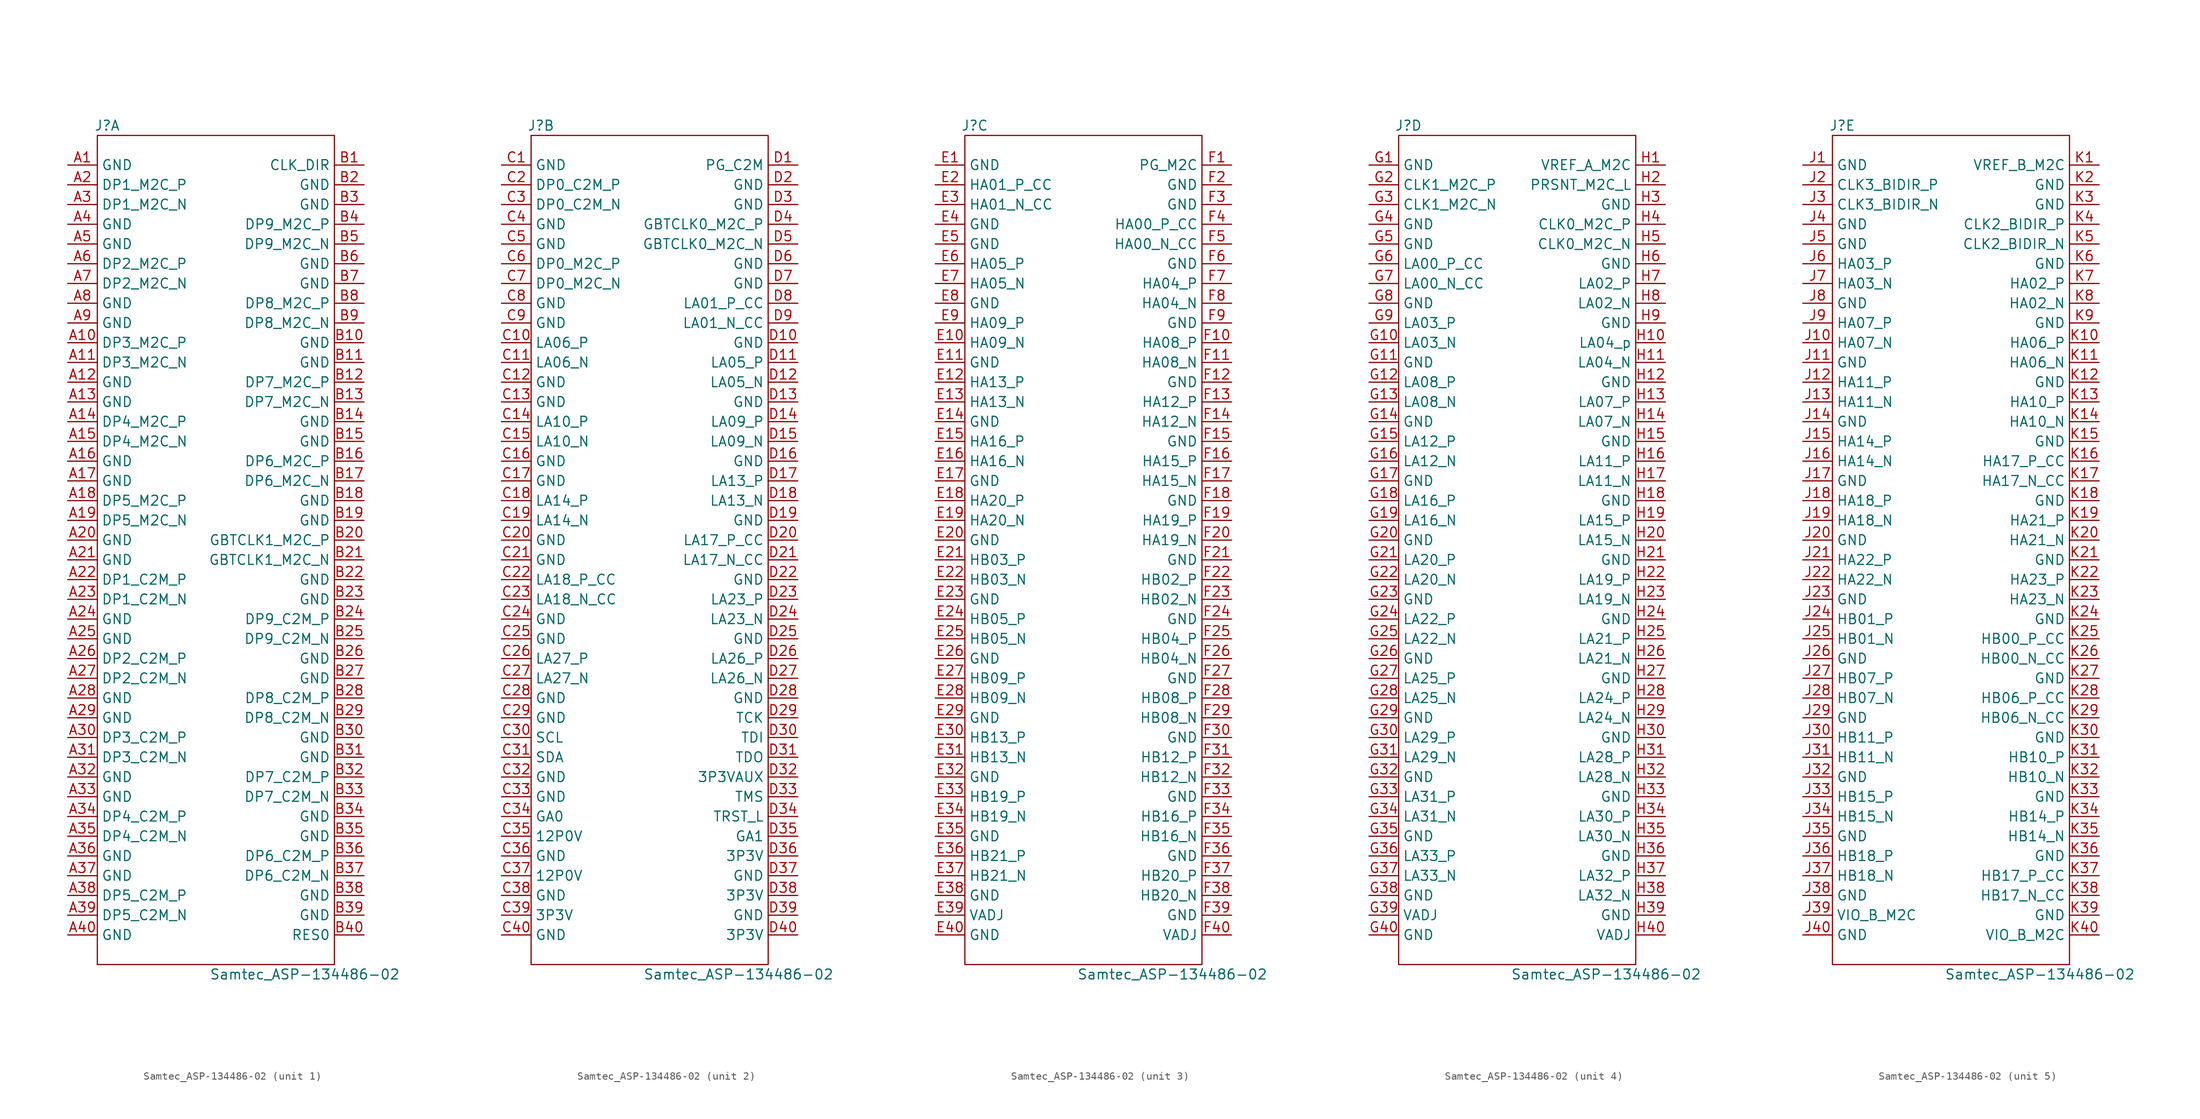
<source format=kicad_sym>
(kicad_symbol_lib
  (version 20211014)
  (generator kicad_symbol_editor)
  (symbol "Samtec_ASP-134486-02"
    (property "Reference" "J"
      (at -13.97 54.61 0)
      (effects (font (size 1.27 1.27))))
    (property "Value" "Samtec_ASP-134486-02"
      (at 11.43 -54.61 0)
      (effects (font (size 1.27 1.27))))
    (property "ki_locked" ""
      (at 0 0 0)
      (effects (font (size 1.27 1.27))))
    (symbol "Samtec_ASP-134486-02_0_1"
      (rectangle (start -15.24 53.34) (end 15.24 -53.34) (stroke (width 0) (type default) (color 0 0 0 0)) (fill (type none))))
    (symbol "Samtec_ASP-134486-02_1_1"
      (pin passive line (at -19.05 49.53 0) (length 3.81) (name "GND" (effects (font (size 1.27 1.27)))) (number "A1" (effects (font (size 1.27 1.27)))))
      (pin passive line (at -19.05 26.67 0) (length 3.81) (name "DP3_M2C_P" (effects (font (size 1.27 1.27)))) (number "A10" (effects (font (size 1.27 1.27)))))
      (pin passive line (at -19.05 24.13 0) (length 3.81) (name "DP3_M2C_N" (effects (font (size 1.27 1.27)))) (number "A11" (effects (font (size 1.27 1.27)))))
      (pin passive line (at -19.05 21.59 0) (length 3.81) (name "GND" (effects (font (size 1.27 1.27)))) (number "A12" (effects (font (size 1.27 1.27)))))
      (pin passive line (at -19.05 19.05 0) (length 3.81) (name "GND" (effects (font (size 1.27 1.27)))) (number "A13" (effects (font (size 1.27 1.27)))))
      (pin passive line (at -19.05 16.51 0) (length 3.81) (name "DP4_M2C_P" (effects (font (size 1.27 1.27)))) (number "A14" (effects (font (size 1.27 1.27)))))
      (pin passive line (at -19.05 13.97 0) (length 3.81) (name "DP4_M2C_N" (effects (font (size 1.27 1.27)))) (number "A15" (effects (font (size 1.27 1.27)))))
      (pin passive line (at -19.05 11.43 0) (length 3.81) (name "GND" (effects (font (size 1.27 1.27)))) (number "A16" (effects (font (size 1.27 1.27)))))
      (pin passive line (at -19.05 8.89 0) (length 3.81) (name "GND" (effects (font (size 1.27 1.27)))) (number "A17" (effects (font (size 1.27 1.27)))))
      (pin passive line (at -19.05 6.35 0) (length 3.81) (name "DP5_M2C_P" (effects (font (size 1.27 1.27)))) (number "A18" (effects (font (size 1.27 1.27)))))
      (pin passive line (at -19.05 3.81 0) (length 3.81) (name "DP5_M2C_N" (effects (font (size 1.27 1.27)))) (number "A19" (effects (font (size 1.27 1.27)))))
      (pin passive line (at -19.05 46.99 0) (length 3.81) (name "DP1_M2C_P" (effects (font (size 1.27 1.27)))) (number "A2" (effects (font (size 1.27 1.27)))))
      (pin passive line (at -19.05 1.27 0) (length 3.81) (name "GND" (effects (font (size 1.27 1.27)))) (number "A20" (effects (font (size 1.27 1.27)))))
      (pin passive line (at -19.05 -1.27 0) (length 3.81) (name "GND" (effects (font (size 1.27 1.27)))) (number "A21" (effects (font (size 1.27 1.27)))))
      (pin passive line (at -19.05 -3.81 0) (length 3.81) (name "DP1_C2M_P" (effects (font (size 1.27 1.27)))) (number "A22" (effects (font (size 1.27 1.27)))))
      (pin passive line (at -19.05 -6.35 0) (length 3.81) (name "DP1_C2M_N" (effects (font (size 1.27 1.27)))) (number "A23" (effects (font (size 1.27 1.27)))))
      (pin passive line (at -19.05 -8.89 0) (length 3.81) (name "GND" (effects (font (size 1.27 1.27)))) (number "A24" (effects (font (size 1.27 1.27)))))
      (pin passive line (at -19.05 -11.43 0) (length 3.81) (name "GND" (effects (font (size 1.27 1.27)))) (number "A25" (effects (font (size 1.27 1.27)))))
      (pin passive line (at -19.05 -13.97 0) (length 3.81) (name "DP2_C2M_P" (effects (font (size 1.27 1.27)))) (number "A26" (effects (font (size 1.27 1.27)))))
      (pin passive line (at -19.05 -16.51 0) (length 3.81) (name "DP2_C2M_N" (effects (font (size 1.27 1.27)))) (number "A27" (effects (font (size 1.27 1.27)))))
      (pin passive line (at -19.05 -19.05 0) (length 3.81) (name "GND" (effects (font (size 1.27 1.27)))) (number "A28" (effects (font (size 1.27 1.27)))))
      (pin passive line (at -19.05 -21.59 0) (length 3.81) (name "GND" (effects (font (size 1.27 1.27)))) (number "A29" (effects (font (size 1.27 1.27)))))
      (pin passive line (at -19.05 44.45 0) (length 3.81) (name "DP1_M2C_N" (effects (font (size 1.27 1.27)))) (number "A3" (effects (font (size 1.27 1.27)))))
      (pin passive line (at -19.05 -24.13 0) (length 3.81) (name "DP3_C2M_P" (effects (font (size 1.27 1.27)))) (number "A30" (effects (font (size 1.27 1.27)))))
      (pin passive line (at -19.05 -26.67 0) (length 3.81) (name "DP3_C2M_N" (effects (font (size 1.27 1.27)))) (number "A31" (effects (font (size 1.27 1.27)))))
      (pin passive line (at -19.05 -29.21 0) (length 3.81) (name "GND" (effects (font (size 1.27 1.27)))) (number "A32" (effects (font (size 1.27 1.27)))))
      (pin passive line (at -19.05 -31.75 0) (length 3.81) (name "GND" (effects (font (size 1.27 1.27)))) (number "A33" (effects (font (size 1.27 1.27)))))
      (pin passive line (at -19.05 -34.29 0) (length 3.81) (name "DP4_C2M_P" (effects (font (size 1.27 1.27)))) (number "A34" (effects (font (size 1.27 1.27)))))
      (pin passive line (at -19.05 -36.83 0) (length 3.81) (name "DP4_C2M_N" (effects (font (size 1.27 1.27)))) (number "A35" (effects (font (size 1.27 1.27)))))
      (pin passive line (at -19.05 -39.37 0) (length 3.81) (name "GND" (effects (font (size 1.27 1.27)))) (number "A36" (effects (font (size 1.27 1.27)))))
      (pin passive line (at -19.05 -41.91 0) (length 3.81) (name "GND" (effects (font (size 1.27 1.27)))) (number "A37" (effects (font (size 1.27 1.27)))))
      (pin passive line (at -19.05 -44.45 0) (length 3.81) (name "DP5_C2M_P" (effects (font (size 1.27 1.27)))) (number "A38" (effects (font (size 1.27 1.27)))))
      (pin passive line (at -19.05 -46.99 0) (length 3.81) (name "DP5_C2M_N" (effects (font (size 1.27 1.27)))) (number "A39" (effects (font (size 1.27 1.27)))))
      (pin passive line (at -19.05 41.91 0) (length 3.81) (name "GND" (effects (font (size 1.27 1.27)))) (number "A4" (effects (font (size 1.27 1.27)))))
      (pin passive line (at -19.05 -49.53 0) (length 3.81) (name "GND" (effects (font (size 1.27 1.27)))) (number "A40" (effects (font (size 1.27 1.27)))))
      (pin passive line (at -19.05 39.37 0) (length 3.81) (name "GND" (effects (font (size 1.27 1.27)))) (number "A5" (effects (font (size 1.27 1.27)))))
      (pin passive line (at -19.05 36.83 0) (length 3.81) (name "DP2_M2C_P" (effects (font (size 1.27 1.27)))) (number "A6" (effects (font (size 1.27 1.27)))))
      (pin passive line (at -19.05 34.29 0) (length 3.81) (name "DP2_M2C_N" (effects (font (size 1.27 1.27)))) (number "A7" (effects (font (size 1.27 1.27)))))
      (pin passive line (at -19.05 31.75 0) (length 3.81) (name "GND" (effects (font (size 1.27 1.27)))) (number "A8" (effects (font (size 1.27 1.27)))))
      (pin passive line (at -19.05 29.21 0) (length 3.81) (name "GND" (effects (font (size 1.27 1.27)))) (number "A9" (effects (font (size 1.27 1.27)))))
      (pin passive line (at 19.05 49.53 180) (length 3.81) (name "CLK_DIR" (effects (font (size 1.27 1.27)))) (number "B1" (effects (font (size 1.27 1.27)))))
      (pin passive line (at 19.05 26.67 180) (length 3.81) (name "GND" (effects (font (size 1.27 1.27)))) (number "B10" (effects (font (size 1.27 1.27)))))
      (pin passive line (at 19.05 24.13 180) (length 3.81) (name "GND" (effects (font (size 1.27 1.27)))) (number "B11" (effects (font (size 1.27 1.27)))))
      (pin passive line (at 19.05 21.59 180) (length 3.81) (name "DP7_M2C_P" (effects (font (size 1.27 1.27)))) (number "B12" (effects (font (size 1.27 1.27)))))
      (pin passive line (at 19.05 19.05 180) (length 3.81) (name "DP7_M2C_N" (effects (font (size 1.27 1.27)))) (number "B13" (effects (font (size 1.27 1.27)))))
      (pin passive line (at 19.05 16.51 180) (length 3.81) (name "GND" (effects (font (size 1.27 1.27)))) (number "B14" (effects (font (size 1.27 1.27)))))
      (pin passive line (at 19.05 13.97 180) (length 3.81) (name "GND" (effects (font (size 1.27 1.27)))) (number "B15" (effects (font (size 1.27 1.27)))))
      (pin passive line (at 19.05 11.43 180) (length 3.81) (name "DP6_M2C_P" (effects (font (size 1.27 1.27)))) (number "B16" (effects (font (size 1.27 1.27)))))
      (pin passive line (at 19.05 8.89 180) (length 3.81) (name "DP6_M2C_N" (effects (font (size 1.27 1.27)))) (number "B17" (effects (font (size 1.27 1.27)))))
      (pin passive line (at 19.05 6.35 180) (length 3.81) (name "GND" (effects (font (size 1.27 1.27)))) (number "B18" (effects (font (size 1.27 1.27)))))
      (pin passive line (at 19.05 3.81 180) (length 3.81) (name "GND" (effects (font (size 1.27 1.27)))) (number "B19" (effects (font (size 1.27 1.27)))))
      (pin passive line (at 19.05 46.99 180) (length 3.81) (name "GND" (effects (font (size 1.27 1.27)))) (number "B2" (effects (font (size 1.27 1.27)))))
      (pin passive line (at 19.05 1.27 180) (length 3.81) (name "GBTCLK1_M2C_P" (effects (font (size 1.27 1.27)))) (number "B20" (effects (font (size 1.27 1.27)))))
      (pin passive line (at 19.05 -1.27 180) (length 3.81) (name "GBTCLK1_M2C_N" (effects (font (size 1.27 1.27)))) (number "B21" (effects (font (size 1.27 1.27)))))
      (pin passive line (at 19.05 -3.81 180) (length 3.81) (name "GND" (effects (font (size 1.27 1.27)))) (number "B22" (effects (font (size 1.27 1.27)))))
      (pin passive line (at 19.05 -6.35 180) (length 3.81) (name "GND" (effects (font (size 1.27 1.27)))) (number "B23" (effects (font (size 1.27 1.27)))))
      (pin passive line (at 19.05 -8.89 180) (length 3.81) (name "DP9_C2M_P" (effects (font (size 1.27 1.27)))) (number "B24" (effects (font (size 1.27 1.27)))))
      (pin passive line (at 19.05 -11.43 180) (length 3.81) (name "DP9_C2M_N" (effects (font (size 1.27 1.27)))) (number "B25" (effects (font (size 1.27 1.27)))))
      (pin passive line (at 19.05 -13.97 180) (length 3.81) (name "GND" (effects (font (size 1.27 1.27)))) (number "B26" (effects (font (size 1.27 1.27)))))
      (pin passive line (at 19.05 -16.51 180) (length 3.81) (name "GND" (effects (font (size 1.27 1.27)))) (number "B27" (effects (font (size 1.27 1.27)))))
      (pin passive line (at 19.05 -19.05 180) (length 3.81) (name "DP8_C2M_P" (effects (font (size 1.27 1.27)))) (number "B28" (effects (font (size 1.27 1.27)))))
      (pin passive line (at 19.05 -21.59 180) (length 3.81) (name "DP8_C2M_N" (effects (font (size 1.27 1.27)))) (number "B29" (effects (font (size 1.27 1.27)))))
      (pin passive line (at 19.05 44.45 180) (length 3.81) (name "GND" (effects (font (size 1.27 1.27)))) (number "B3" (effects (font (size 1.27 1.27)))))
      (pin passive line (at 19.05 -24.13 180) (length 3.81) (name "GND" (effects (font (size 1.27 1.27)))) (number "B30" (effects (font (size 1.27 1.27)))))
      (pin passive line (at 19.05 -26.67 180) (length 3.81) (name "GND" (effects (font (size 1.27 1.27)))) (number "B31" (effects (font (size 1.27 1.27)))))
      (pin passive line (at 19.05 -29.21 180) (length 3.81) (name "DP7_C2M_P" (effects (font (size 1.27 1.27)))) (number "B32" (effects (font (size 1.27 1.27)))))
      (pin passive line (at 19.05 -31.75 180) (length 3.81) (name "DP7_C2M_N" (effects (font (size 1.27 1.27)))) (number "B33" (effects (font (size 1.27 1.27)))))
      (pin passive line (at 19.05 -34.29 180) (length 3.81) (name "GND" (effects (font (size 1.27 1.27)))) (number "B34" (effects (font (size 1.27 1.27)))))
      (pin passive line (at 19.05 -36.83 180) (length 3.81) (name "GND" (effects (font (size 1.27 1.27)))) (number "B35" (effects (font (size 1.27 1.27)))))
      (pin passive line (at 19.05 -39.37 180) (length 3.81) (name "DP6_C2M_P" (effects (font (size 1.27 1.27)))) (number "B36" (effects (font (size 1.27 1.27)))))
      (pin passive line (at 19.05 -41.91 180) (length 3.81) (name "DP6_C2M_N" (effects (font (size 1.27 1.27)))) (number "B37" (effects (font (size 1.27 1.27)))))
      (pin passive line (at 19.05 -44.45 180) (length 3.81) (name "GND" (effects (font (size 1.27 1.27)))) (number "B38" (effects (font (size 1.27 1.27)))))
      (pin passive line (at 19.05 -46.99 180) (length 3.81) (name "GND" (effects (font (size 1.27 1.27)))) (number "B39" (effects (font (size 1.27 1.27)))))
      (pin passive line (at 19.05 41.91 180) (length 3.81) (name "DP9_M2C_P" (effects (font (size 1.27 1.27)))) (number "B4" (effects (font (size 1.27 1.27)))))
      (pin passive line (at 19.05 -49.53 180) (length 3.81) (name "RES0" (effects (font (size 1.27 1.27)))) (number "B40" (effects (font (size 1.27 1.27)))))
      (pin passive line (at 19.05 39.37 180) (length 3.81) (name "DP9_M2C_N" (effects (font (size 1.27 1.27)))) (number "B5" (effects (font (size 1.27 1.27)))))
      (pin passive line (at 19.05 36.83 180) (length 3.81) (name "GND" (effects (font (size 1.27 1.27)))) (number "B6" (effects (font (size 1.27 1.27)))))
      (pin passive line (at 19.05 34.29 180) (length 3.81) (name "GND" (effects (font (size 1.27 1.27)))) (number "B7" (effects (font (size 1.27 1.27)))))
      (pin passive line (at 19.05 31.75 180) (length 3.81) (name "DP8_M2C_P" (effects (font (size 1.27 1.27)))) (number "B8" (effects (font (size 1.27 1.27)))))
      (pin passive line (at 19.05 29.21 180) (length 3.81) (name "DP8_M2C_N" (effects (font (size 1.27 1.27)))) (number "B9" (effects (font (size 1.27 1.27))))))
    (symbol "Samtec_ASP-134486-02_2_1"
      (pin passive line (at -19.05 49.53 0) (length 3.81) (name "GND" (effects (font (size 1.27 1.27)))) (number "C1" (effects (font (size 1.27 1.27)))))
      (pin passive line (at -19.05 26.67 0) (length 3.81) (name "LA06_P" (effects (font (size 1.27 1.27)))) (number "C10" (effects (font (size 1.27 1.27)))))
      (pin passive line (at -19.05 24.13 0) (length 3.81) (name "LA06_N" (effects (font (size 1.27 1.27)))) (number "C11" (effects (font (size 1.27 1.27)))))
      (pin passive line (at -19.05 21.59 0) (length 3.81) (name "GND" (effects (font (size 1.27 1.27)))) (number "C12" (effects (font (size 1.27 1.27)))))
      (pin passive line (at -19.05 19.05 0) (length 3.81) (name "GND" (effects (font (size 1.27 1.27)))) (number "C13" (effects (font (size 1.27 1.27)))))
      (pin passive line (at -19.05 16.51 0) (length 3.81) (name "LA10_P" (effects (font (size 1.27 1.27)))) (number "C14" (effects (font (size 1.27 1.27)))))
      (pin passive line (at -19.05 13.97 0) (length 3.81) (name "LA10_N" (effects (font (size 1.27 1.27)))) (number "C15" (effects (font (size 1.27 1.27)))))
      (pin passive line (at -19.05 11.43 0) (length 3.81) (name "GND" (effects (font (size 1.27 1.27)))) (number "C16" (effects (font (size 1.27 1.27)))))
      (pin passive line (at -19.05 8.89 0) (length 3.81) (name "GND" (effects (font (size 1.27 1.27)))) (number "C17" (effects (font (size 1.27 1.27)))))
      (pin passive line (at -19.05 6.35 0) (length 3.81) (name "LA14_P" (effects (font (size 1.27 1.27)))) (number "C18" (effects (font (size 1.27 1.27)))))
      (pin passive line (at -19.05 3.81 0) (length 3.81) (name "LA14_N" (effects (font (size 1.27 1.27)))) (number "C19" (effects (font (size 1.27 1.27)))))
      (pin passive line (at -19.05 46.99 0) (length 3.81) (name "DP0_C2M_P" (effects (font (size 1.27 1.27)))) (number "C2" (effects (font (size 1.27 1.27)))))
      (pin passive line (at -19.05 1.27 0) (length 3.81) (name "GND" (effects (font (size 1.27 1.27)))) (number "C20" (effects (font (size 1.27 1.27)))))
      (pin passive line (at -19.05 -1.27 0) (length 3.81) (name "GND" (effects (font (size 1.27 1.27)))) (number "C21" (effects (font (size 1.27 1.27)))))
      (pin passive line (at -19.05 -3.81 0) (length 3.81) (name "LA18_P_CC" (effects (font (size 1.27 1.27)))) (number "C22" (effects (font (size 1.27 1.27)))))
      (pin passive line (at -19.05 -6.35 0) (length 3.81) (name "LA18_N_CC" (effects (font (size 1.27 1.27)))) (number "C23" (effects (font (size 1.27 1.27)))))
      (pin passive line (at -19.05 -8.89 0) (length 3.81) (name "GND" (effects (font (size 1.27 1.27)))) (number "C24" (effects (font (size 1.27 1.27)))))
      (pin passive line (at -19.05 -11.43 0) (length 3.81) (name "GND" (effects (font (size 1.27 1.27)))) (number "C25" (effects (font (size 1.27 1.27)))))
      (pin passive line (at -19.05 -13.97 0) (length 3.81) (name "LA27_P" (effects (font (size 1.27 1.27)))) (number "C26" (effects (font (size 1.27 1.27)))))
      (pin passive line (at -19.05 -16.51 0) (length 3.81) (name "LA27_N" (effects (font (size 1.27 1.27)))) (number "C27" (effects (font (size 1.27 1.27)))))
      (pin passive line (at -19.05 -19.05 0) (length 3.81) (name "GND" (effects (font (size 1.27 1.27)))) (number "C28" (effects (font (size 1.27 1.27)))))
      (pin passive line (at -19.05 -21.59 0) (length 3.81) (name "GND" (effects (font (size 1.27 1.27)))) (number "C29" (effects (font (size 1.27 1.27)))))
      (pin passive line (at -19.05 44.45 0) (length 3.81) (name "DP0_C2M_N" (effects (font (size 1.27 1.27)))) (number "C3" (effects (font (size 1.27 1.27)))))
      (pin passive line (at -19.05 -24.13 0) (length 3.81) (name "SCL" (effects (font (size 1.27 1.27)))) (number "C30" (effects (font (size 1.27 1.27)))))
      (pin passive line (at -19.05 -26.67 0) (length 3.81) (name "SDA" (effects (font (size 1.27 1.27)))) (number "C31" (effects (font (size 1.27 1.27)))))
      (pin passive line (at -19.05 -29.21 0) (length 3.81) (name "GND" (effects (font (size 1.27 1.27)))) (number "C32" (effects (font (size 1.27 1.27)))))
      (pin passive line (at -19.05 -31.75 0) (length 3.81) (name "GND" (effects (font (size 1.27 1.27)))) (number "C33" (effects (font (size 1.27 1.27)))))
      (pin passive line (at -19.05 -34.29 0) (length 3.81) (name "GA0" (effects (font (size 1.27 1.27)))) (number "C34" (effects (font (size 1.27 1.27)))))
      (pin passive line (at -19.05 -36.83 0) (length 3.81) (name "12P0V" (effects (font (size 1.27 1.27)))) (number "C35" (effects (font (size 1.27 1.27)))))
      (pin passive line (at -19.05 -39.37 0) (length 3.81) (name "GND" (effects (font (size 1.27 1.27)))) (number "C36" (effects (font (size 1.27 1.27)))))
      (pin passive line (at -19.05 -41.91 0) (length 3.81) (name "12P0V" (effects (font (size 1.27 1.27)))) (number "C37" (effects (font (size 1.27 1.27)))))
      (pin passive line (at -19.05 -44.45 0) (length 3.81) (name "GND" (effects (font (size 1.27 1.27)))) (number "C38" (effects (font (size 1.27 1.27)))))
      (pin passive line (at -19.05 -46.99 0) (length 3.81) (name "3P3V" (effects (font (size 1.27 1.27)))) (number "C39" (effects (font (size 1.27 1.27)))))
      (pin passive line (at -19.05 41.91 0) (length 3.81) (name "GND" (effects (font (size 1.27 1.27)))) (number "C4" (effects (font (size 1.27 1.27)))))
      (pin passive line (at -19.05 -49.53 0) (length 3.81) (name "GND" (effects (font (size 1.27 1.27)))) (number "C40" (effects (font (size 1.27 1.27)))))
      (pin passive line (at -19.05 39.37 0) (length 3.81) (name "GND" (effects (font (size 1.27 1.27)))) (number "C5" (effects (font (size 1.27 1.27)))))
      (pin passive line (at -19.05 36.83 0) (length 3.81) (name "DP0_M2C_P" (effects (font (size 1.27 1.27)))) (number "C6" (effects (font (size 1.27 1.27)))))
      (pin passive line (at -19.05 34.29 0) (length 3.81) (name "DP0_M2C_N" (effects (font (size 1.27 1.27)))) (number "C7" (effects (font (size 1.27 1.27)))))
      (pin passive line (at -19.05 31.75 0) (length 3.81) (name "GND" (effects (font (size 1.27 1.27)))) (number "C8" (effects (font (size 1.27 1.27)))))
      (pin passive line (at -19.05 29.21 0) (length 3.81) (name "GND" (effects (font (size 1.27 1.27)))) (number "C9" (effects (font (size 1.27 1.27)))))
      (pin passive line (at 19.05 49.53 180) (length 3.81) (name "PG_C2M" (effects (font (size 1.27 1.27)))) (number "D1" (effects (font (size 1.27 1.27)))))
      (pin passive line (at 19.05 26.67 180) (length 3.81) (name "GND" (effects (font (size 1.27 1.27)))) (number "D10" (effects (font (size 1.27 1.27)))))
      (pin passive line (at 19.05 24.13 180) (length 3.81) (name "LA05_P" (effects (font (size 1.27 1.27)))) (number "D11" (effects (font (size 1.27 1.27)))))
      (pin passive line (at 19.05 21.59 180) (length 3.81) (name "LA05_N" (effects (font (size 1.27 1.27)))) (number "D12" (effects (font (size 1.27 1.27)))))
      (pin passive line (at 19.05 19.05 180) (length 3.81) (name "GND" (effects (font (size 1.27 1.27)))) (number "D13" (effects (font (size 1.27 1.27)))))
      (pin passive line (at 19.05 16.51 180) (length 3.81) (name "LA09_P" (effects (font (size 1.27 1.27)))) (number "D14" (effects (font (size 1.27 1.27)))))
      (pin passive line (at 19.05 13.97 180) (length 3.81) (name "LA09_N" (effects (font (size 1.27 1.27)))) (number "D15" (effects (font (size 1.27 1.27)))))
      (pin passive line (at 19.05 11.43 180) (length 3.81) (name "GND" (effects (font (size 1.27 1.27)))) (number "D16" (effects (font (size 1.27 1.27)))))
      (pin passive line (at 19.05 8.89 180) (length 3.81) (name "LA13_P" (effects (font (size 1.27 1.27)))) (number "D17" (effects (font (size 1.27 1.27)))))
      (pin passive line (at 19.05 6.35 180) (length 3.81) (name "LA13_N" (effects (font (size 1.27 1.27)))) (number "D18" (effects (font (size 1.27 1.27)))))
      (pin passive line (at 19.05 3.81 180) (length 3.81) (name "GND" (effects (font (size 1.27 1.27)))) (number "D19" (effects (font (size 1.27 1.27)))))
      (pin passive line (at 19.05 46.99 180) (length 3.81) (name "GND" (effects (font (size 1.27 1.27)))) (number "D2" (effects (font (size 1.27 1.27)))))
      (pin passive line (at 19.05 1.27 180) (length 3.81) (name "LA17_P_CC" (effects (font (size 1.27 1.27)))) (number "D20" (effects (font (size 1.27 1.27)))))
      (pin passive line (at 19.05 -1.27 180) (length 3.81) (name "LA17_N_CC" (effects (font (size 1.27 1.27)))) (number "D21" (effects (font (size 1.27 1.27)))))
      (pin passive line (at 19.05 -3.81 180) (length 3.81) (name "GND" (effects (font (size 1.27 1.27)))) (number "D22" (effects (font (size 1.27 1.27)))))
      (pin passive line (at 19.05 -6.35 180) (length 3.81) (name "LA23_P" (effects (font (size 1.27 1.27)))) (number "D23" (effects (font (size 1.27 1.27)))))
      (pin passive line (at 19.05 -8.89 180) (length 3.81) (name "LA23_N" (effects (font (size 1.27 1.27)))) (number "D24" (effects (font (size 1.27 1.27)))))
      (pin passive line (at 19.05 -11.43 180) (length 3.81) (name "GND" (effects (font (size 1.27 1.27)))) (number "D25" (effects (font (size 1.27 1.27)))))
      (pin passive line (at 19.05 -13.97 180) (length 3.81) (name "LA26_P" (effects (font (size 1.27 1.27)))) (number "D26" (effects (font (size 1.27 1.27)))))
      (pin passive line (at 19.05 -16.51 180) (length 3.81) (name "LA26_N" (effects (font (size 1.27 1.27)))) (number "D27" (effects (font (size 1.27 1.27)))))
      (pin passive line (at 19.05 -19.05 180) (length 3.81) (name "GND" (effects (font (size 1.27 1.27)))) (number "D28" (effects (font (size 1.27 1.27)))))
      (pin passive line (at 19.05 -21.59 180) (length 3.81) (name "TCK" (effects (font (size 1.27 1.27)))) (number "D29" (effects (font (size 1.27 1.27)))))
      (pin passive line (at 19.05 44.45 180) (length 3.81) (name "GND" (effects (font (size 1.27 1.27)))) (number "D3" (effects (font (size 1.27 1.27)))))
      (pin passive line (at 19.05 -24.13 180) (length 3.81) (name "TDI" (effects (font (size 1.27 1.27)))) (number "D30" (effects (font (size 1.27 1.27)))))
      (pin passive line (at 19.05 -26.67 180) (length 3.81) (name "TDO" (effects (font (size 1.27 1.27)))) (number "D31" (effects (font (size 1.27 1.27)))))
      (pin passive line (at 19.05 -29.21 180) (length 3.81) (name "3P3VAUX" (effects (font (size 1.27 1.27)))) (number "D32" (effects (font (size 1.27 1.27)))))
      (pin passive line (at 19.05 -31.75 180) (length 3.81) (name "TMS" (effects (font (size 1.27 1.27)))) (number "D33" (effects (font (size 1.27 1.27)))))
      (pin passive line (at 19.05 -34.29 180) (length 3.81) (name "TRST_L" (effects (font (size 1.27 1.27)))) (number "D34" (effects (font (size 1.27 1.27)))))
      (pin passive line (at 19.05 -36.83 180) (length 3.81) (name "GA1" (effects (font (size 1.27 1.27)))) (number "D35" (effects (font (size 1.27 1.27)))))
      (pin passive line (at 19.05 -39.37 180) (length 3.81) (name "3P3V" (effects (font (size 1.27 1.27)))) (number "D36" (effects (font (size 1.27 1.27)))))
      (pin passive line (at 19.05 -41.91 180) (length 3.81) (name "GND" (effects (font (size 1.27 1.27)))) (number "D37" (effects (font (size 1.27 1.27)))))
      (pin passive line (at 19.05 -44.45 180) (length 3.81) (name "3P3V" (effects (font (size 1.27 1.27)))) (number "D38" (effects (font (size 1.27 1.27)))))
      (pin passive line (at 19.05 -46.99 180) (length 3.81) (name "GND" (effects (font (size 1.27 1.27)))) (number "D39" (effects (font (size 1.27 1.27)))))
      (pin passive line (at 19.05 41.91 180) (length 3.81) (name "GBTCLK0_M2C_P" (effects (font (size 1.27 1.27)))) (number "D4" (effects (font (size 1.27 1.27)))))
      (pin passive line (at 19.05 -49.53 180) (length 3.81) (name "3P3V" (effects (font (size 1.27 1.27)))) (number "D40" (effects (font (size 1.27 1.27)))))
      (pin passive line (at 19.05 39.37 180) (length 3.81) (name "GBTCLK0_M2C_N" (effects (font (size 1.27 1.27)))) (number "D5" (effects (font (size 1.27 1.27)))))
      (pin passive line (at 19.05 36.83 180) (length 3.81) (name "GND" (effects (font (size 1.27 1.27)))) (number "D6" (effects (font (size 1.27 1.27)))))
      (pin passive line (at 19.05 34.29 180) (length 3.81) (name "GND" (effects (font (size 1.27 1.27)))) (number "D7" (effects (font (size 1.27 1.27)))))
      (pin passive line (at 19.05 31.75 180) (length 3.81) (name "LA01_P_CC" (effects (font (size 1.27 1.27)))) (number "D8" (effects (font (size 1.27 1.27)))))
      (pin passive line (at 19.05 29.21 180) (length 3.81) (name "LA01_N_CC" (effects (font (size 1.27 1.27)))) (number "D9" (effects (font (size 1.27 1.27))))))
    (symbol "Samtec_ASP-134486-02_3_1"
      (pin passive line (at -19.05 49.53 0) (length 3.81) (name "GND" (effects (font (size 1.27 1.27)))) (number "E1" (effects (font (size 1.27 1.27)))))
      (pin passive line (at -19.05 26.67 0) (length 3.81) (name "HA09_N" (effects (font (size 1.27 1.27)))) (number "E10" (effects (font (size 1.27 1.27)))))
      (pin passive line (at -19.05 24.13 0) (length 3.81) (name "GND" (effects (font (size 1.27 1.27)))) (number "E11" (effects (font (size 1.27 1.27)))))
      (pin passive line (at -19.05 21.59 0) (length 3.81) (name "HA13_P" (effects (font (size 1.27 1.27)))) (number "E12" (effects (font (size 1.27 1.27)))))
      (pin passive line (at -19.05 19.05 0) (length 3.81) (name "HA13_N" (effects (font (size 1.27 1.27)))) (number "E13" (effects (font (size 1.27 1.27)))))
      (pin passive line (at -19.05 16.51 0) (length 3.81) (name "GND" (effects (font (size 1.27 1.27)))) (number "E14" (effects (font (size 1.27 1.27)))))
      (pin passive line (at -19.05 13.97 0) (length 3.81) (name "HA16_P" (effects (font (size 1.27 1.27)))) (number "E15" (effects (font (size 1.27 1.27)))))
      (pin passive line (at -19.05 11.43 0) (length 3.81) (name "HA16_N" (effects (font (size 1.27 1.27)))) (number "E16" (effects (font (size 1.27 1.27)))))
      (pin passive line (at -19.05 8.89 0) (length 3.81) (name "GND" (effects (font (size 1.27 1.27)))) (number "E17" (effects (font (size 1.27 1.27)))))
      (pin passive line (at -19.05 6.35 0) (length 3.81) (name "HA20_P" (effects (font (size 1.27 1.27)))) (number "E18" (effects (font (size 1.27 1.27)))))
      (pin passive line (at -19.05 3.81 0) (length 3.81) (name "HA20_N" (effects (font (size 1.27 1.27)))) (number "E19" (effects (font (size 1.27 1.27)))))
      (pin passive line (at -19.05 46.99 0) (length 3.81) (name "HA01_P_CC" (effects (font (size 1.27 1.27)))) (number "E2" (effects (font (size 1.27 1.27)))))
      (pin passive line (at -19.05 1.27 0) (length 3.81) (name "GND" (effects (font (size 1.27 1.27)))) (number "E20" (effects (font (size 1.27 1.27)))))
      (pin passive line (at -19.05 -1.27 0) (length 3.81) (name "HB03_P" (effects (font (size 1.27 1.27)))) (number "E21" (effects (font (size 1.27 1.27)))))
      (pin passive line (at -19.05 -3.81 0) (length 3.81) (name "HB03_N" (effects (font (size 1.27 1.27)))) (number "E22" (effects (font (size 1.27 1.27)))))
      (pin passive line (at -19.05 -6.35 0) (length 3.81) (name "GND" (effects (font (size 1.27 1.27)))) (number "E23" (effects (font (size 1.27 1.27)))))
      (pin passive line (at -19.05 -8.89 0) (length 3.81) (name "HB05_P" (effects (font (size 1.27 1.27)))) (number "E24" (effects (font (size 1.27 1.27)))))
      (pin passive line (at -19.05 -11.43 0) (length 3.81) (name "HB05_N" (effects (font (size 1.27 1.27)))) (number "E25" (effects (font (size 1.27 1.27)))))
      (pin passive line (at -19.05 -13.97 0) (length 3.81) (name "GND" (effects (font (size 1.27 1.27)))) (number "E26" (effects (font (size 1.27 1.27)))))
      (pin passive line (at -19.05 -16.51 0) (length 3.81) (name "HB09_P" (effects (font (size 1.27 1.27)))) (number "E27" (effects (font (size 1.27 1.27)))))
      (pin passive line (at -19.05 -19.05 0) (length 3.81) (name "HB09_N" (effects (font (size 1.27 1.27)))) (number "E28" (effects (font (size 1.27 1.27)))))
      (pin passive line (at -19.05 -21.59 0) (length 3.81) (name "GND" (effects (font (size 1.27 1.27)))) (number "E29" (effects (font (size 1.27 1.27)))))
      (pin passive line (at -19.05 44.45 0) (length 3.81) (name "HA01_N_CC" (effects (font (size 1.27 1.27)))) (number "E3" (effects (font (size 1.27 1.27)))))
      (pin passive line (at -19.05 -24.13 0) (length 3.81) (name "HB13_P" (effects (font (size 1.27 1.27)))) (number "E30" (effects (font (size 1.27 1.27)))))
      (pin passive line (at -19.05 -26.67 0) (length 3.81) (name "HB13_N" (effects (font (size 1.27 1.27)))) (number "E31" (effects (font (size 1.27 1.27)))))
      (pin passive line (at -19.05 -29.21 0) (length 3.81) (name "GND" (effects (font (size 1.27 1.27)))) (number "E32" (effects (font (size 1.27 1.27)))))
      (pin passive line (at -19.05 -31.75 0) (length 3.81) (name "HB19_P" (effects (font (size 1.27 1.27)))) (number "E33" (effects (font (size 1.27 1.27)))))
      (pin passive line (at -19.05 -34.29 0) (length 3.81) (name "HB19_N" (effects (font (size 1.27 1.27)))) (number "E34" (effects (font (size 1.27 1.27)))))
      (pin passive line (at -19.05 -36.83 0) (length 3.81) (name "GND" (effects (font (size 1.27 1.27)))) (number "E35" (effects (font (size 1.27 1.27)))))
      (pin passive line (at -19.05 -39.37 0) (length 3.81) (name "HB21_P" (effects (font (size 1.27 1.27)))) (number "E36" (effects (font (size 1.27 1.27)))))
      (pin passive line (at -19.05 -41.91 0) (length 3.81) (name "HB21_N" (effects (font (size 1.27 1.27)))) (number "E37" (effects (font (size 1.27 1.27)))))
      (pin passive line (at -19.05 -44.45 0) (length 3.81) (name "GND" (effects (font (size 1.27 1.27)))) (number "E38" (effects (font (size 1.27 1.27)))))
      (pin passive line (at -19.05 -46.99 0) (length 3.81) (name "VADJ" (effects (font (size 1.27 1.27)))) (number "E39" (effects (font (size 1.27 1.27)))))
      (pin passive line (at -19.05 41.91 0) (length 3.81) (name "GND" (effects (font (size 1.27 1.27)))) (number "E4" (effects (font (size 1.27 1.27)))))
      (pin passive line (at -19.05 -49.53 0) (length 3.81) (name "GND" (effects (font (size 1.27 1.27)))) (number "E40" (effects (font (size 1.27 1.27)))))
      (pin passive line (at -19.05 39.37 0) (length 3.81) (name "GND" (effects (font (size 1.27 1.27)))) (number "E5" (effects (font (size 1.27 1.27)))))
      (pin passive line (at -19.05 36.83 0) (length 3.81) (name "HA05_P" (effects (font (size 1.27 1.27)))) (number "E6" (effects (font (size 1.27 1.27)))))
      (pin passive line (at -19.05 34.29 0) (length 3.81) (name "HA05_N" (effects (font (size 1.27 1.27)))) (number "E7" (effects (font (size 1.27 1.27)))))
      (pin passive line (at -19.05 31.75 0) (length 3.81) (name "GND" (effects (font (size 1.27 1.27)))) (number "E8" (effects (font (size 1.27 1.27)))))
      (pin passive line (at -19.05 29.21 0) (length 3.81) (name "HA09_P" (effects (font (size 1.27 1.27)))) (number "E9" (effects (font (size 1.27 1.27)))))
      (pin passive line (at 19.05 49.53 180) (length 3.81) (name "PG_M2C" (effects (font (size 1.27 1.27)))) (number "F1" (effects (font (size 1.27 1.27)))))
      (pin passive line (at 19.05 26.67 180) (length 3.81) (name "HA08_P" (effects (font (size 1.27 1.27)))) (number "F10" (effects (font (size 1.27 1.27)))))
      (pin passive line (at 19.05 24.13 180) (length 3.81) (name "HA08_N" (effects (font (size 1.27 1.27)))) (number "F11" (effects (font (size 1.27 1.27)))))
      (pin passive line (at 19.05 21.59 180) (length 3.81) (name "GND" (effects (font (size 1.27 1.27)))) (number "F12" (effects (font (size 1.27 1.27)))))
      (pin passive line (at 19.05 19.05 180) (length 3.81) (name "HA12_P" (effects (font (size 1.27 1.27)))) (number "F13" (effects (font (size 1.27 1.27)))))
      (pin passive line (at 19.05 16.51 180) (length 3.81) (name "HA12_N" (effects (font (size 1.27 1.27)))) (number "F14" (effects (font (size 1.27 1.27)))))
      (pin passive line (at 19.05 13.97 180) (length 3.81) (name "GND" (effects (font (size 1.27 1.27)))) (number "F15" (effects (font (size 1.27 1.27)))))
      (pin passive line (at 19.05 11.43 180) (length 3.81) (name "HA15_P" (effects (font (size 1.27 1.27)))) (number "F16" (effects (font (size 1.27 1.27)))))
      (pin passive line (at 19.05 8.89 180) (length 3.81) (name "HA15_N" (effects (font (size 1.27 1.27)))) (number "F17" (effects (font (size 1.27 1.27)))))
      (pin passive line (at 19.05 6.35 180) (length 3.81) (name "GND" (effects (font (size 1.27 1.27)))) (number "F18" (effects (font (size 1.27 1.27)))))
      (pin passive line (at 19.05 3.81 180) (length 3.81) (name "HA19_P" (effects (font (size 1.27 1.27)))) (number "F19" (effects (font (size 1.27 1.27)))))
      (pin passive line (at 19.05 46.99 180) (length 3.81) (name "GND" (effects (font (size 1.27 1.27)))) (number "F2" (effects (font (size 1.27 1.27)))))
      (pin passive line (at 19.05 1.27 180) (length 3.81) (name "HA19_N" (effects (font (size 1.27 1.27)))) (number "F20" (effects (font (size 1.27 1.27)))))
      (pin passive line (at 19.05 -1.27 180) (length 3.81) (name "GND" (effects (font (size 1.27 1.27)))) (number "F21" (effects (font (size 1.27 1.27)))))
      (pin passive line (at 19.05 -3.81 180) (length 3.81) (name "HB02_P" (effects (font (size 1.27 1.27)))) (number "F22" (effects (font (size 1.27 1.27)))))
      (pin passive line (at 19.05 -6.35 180) (length 3.81) (name "HB02_N" (effects (font (size 1.27 1.27)))) (number "F23" (effects (font (size 1.27 1.27)))))
      (pin passive line (at 19.05 -8.89 180) (length 3.81) (name "GND" (effects (font (size 1.27 1.27)))) (number "F24" (effects (font (size 1.27 1.27)))))
      (pin passive line (at 19.05 -11.43 180) (length 3.81) (name "HB04_P" (effects (font (size 1.27 1.27)))) (number "F25" (effects (font (size 1.27 1.27)))))
      (pin passive line (at 19.05 -13.97 180) (length 3.81) (name "HB04_N" (effects (font (size 1.27 1.27)))) (number "F26" (effects (font (size 1.27 1.27)))))
      (pin passive line (at 19.05 -16.51 180) (length 3.81) (name "GND" (effects (font (size 1.27 1.27)))) (number "F27" (effects (font (size 1.27 1.27)))))
      (pin passive line (at 19.05 -19.05 180) (length 3.81) (name "HB08_P" (effects (font (size 1.27 1.27)))) (number "F28" (effects (font (size 1.27 1.27)))))
      (pin passive line (at 19.05 -21.59 180) (length 3.81) (name "HB08_N" (effects (font (size 1.27 1.27)))) (number "F29" (effects (font (size 1.27 1.27)))))
      (pin passive line (at 19.05 44.45 180) (length 3.81) (name "GND" (effects (font (size 1.27 1.27)))) (number "F3" (effects (font (size 1.27 1.27)))))
      (pin passive line (at 19.05 -24.13 180) (length 3.81) (name "GND" (effects (font (size 1.27 1.27)))) (number "F30" (effects (font (size 1.27 1.27)))))
      (pin passive line (at 19.05 -26.67 180) (length 3.81) (name "HB12_P" (effects (font (size 1.27 1.27)))) (number "F31" (effects (font (size 1.27 1.27)))))
      (pin passive line (at 19.05 -29.21 180) (length 3.81) (name "HB12_N" (effects (font (size 1.27 1.27)))) (number "F32" (effects (font (size 1.27 1.27)))))
      (pin passive line (at 19.05 -31.75 180) (length 3.81) (name "GND" (effects (font (size 1.27 1.27)))) (number "F33" (effects (font (size 1.27 1.27)))))
      (pin passive line (at 19.05 -34.29 180) (length 3.81) (name "HB16_P" (effects (font (size 1.27 1.27)))) (number "F34" (effects (font (size 1.27 1.27)))))
      (pin passive line (at 19.05 -36.83 180) (length 3.81) (name "HB16_N" (effects (font (size 1.27 1.27)))) (number "F35" (effects (font (size 1.27 1.27)))))
      (pin passive line (at 19.05 -39.37 180) (length 3.81) (name "GND" (effects (font (size 1.27 1.27)))) (number "F36" (effects (font (size 1.27 1.27)))))
      (pin passive line (at 19.05 -41.91 180) (length 3.81) (name "HB20_P" (effects (font (size 1.27 1.27)))) (number "F37" (effects (font (size 1.27 1.27)))))
      (pin passive line (at 19.05 -44.45 180) (length 3.81) (name "HB20_N" (effects (font (size 1.27 1.27)))) (number "F38" (effects (font (size 1.27 1.27)))))
      (pin passive line (at 19.05 -46.99 180) (length 3.81) (name "GND" (effects (font (size 1.27 1.27)))) (number "F39" (effects (font (size 1.27 1.27)))))
      (pin passive line (at 19.05 41.91 180) (length 3.81) (name "HA00_P_CC" (effects (font (size 1.27 1.27)))) (number "F4" (effects (font (size 1.27 1.27)))))
      (pin passive line (at 19.05 -49.53 180) (length 3.81) (name "VADJ" (effects (font (size 1.27 1.27)))) (number "F40" (effects (font (size 1.27 1.27)))))
      (pin passive line (at 19.05 39.37 180) (length 3.81) (name "HA00_N_CC" (effects (font (size 1.27 1.27)))) (number "F5" (effects (font (size 1.27 1.27)))))
      (pin passive line (at 19.05 36.83 180) (length 3.81) (name "GND" (effects (font (size 1.27 1.27)))) (number "F6" (effects (font (size 1.27 1.27)))))
      (pin passive line (at 19.05 34.29 180) (length 3.81) (name "HA04_P" (effects (font (size 1.27 1.27)))) (number "F7" (effects (font (size 1.27 1.27)))))
      (pin passive line (at 19.05 31.75 180) (length 3.81) (name "HA04_N" (effects (font (size 1.27 1.27)))) (number "F8" (effects (font (size 1.27 1.27)))))
      (pin passive line (at 19.05 29.21 180) (length 3.81) (name "GND" (effects (font (size 1.27 1.27)))) (number "F9" (effects (font (size 1.27 1.27))))))
    (symbol "Samtec_ASP-134486-02_4_1"
      (pin passive line (at -19.05 49.53 0) (length 3.81) (name "GND" (effects (font (size 1.27 1.27)))) (number "G1" (effects (font (size 1.27 1.27)))))
      (pin passive line (at -19.05 26.67 0) (length 3.81) (name "LA03_N" (effects (font (size 1.27 1.27)))) (number "G10" (effects (font (size 1.27 1.27)))))
      (pin passive line (at -19.05 24.13 0) (length 3.81) (name "GND" (effects (font (size 1.27 1.27)))) (number "G11" (effects (font (size 1.27 1.27)))))
      (pin passive line (at -19.05 21.59 0) (length 3.81) (name "LA08_P" (effects (font (size 1.27 1.27)))) (number "G12" (effects (font (size 1.27 1.27)))))
      (pin passive line (at -19.05 19.05 0) (length 3.81) (name "LA08_N" (effects (font (size 1.27 1.27)))) (number "G13" (effects (font (size 1.27 1.27)))))
      (pin passive line (at -19.05 16.51 0) (length 3.81) (name "GND" (effects (font (size 1.27 1.27)))) (number "G14" (effects (font (size 1.27 1.27)))))
      (pin passive line (at -19.05 13.97 0) (length 3.81) (name "LA12_P" (effects (font (size 1.27 1.27)))) (number "G15" (effects (font (size 1.27 1.27)))))
      (pin passive line (at -19.05 11.43 0) (length 3.81) (name "LA12_N" (effects (font (size 1.27 1.27)))) (number "G16" (effects (font (size 1.27 1.27)))))
      (pin passive line (at -19.05 8.89 0) (length 3.81) (name "GND" (effects (font (size 1.27 1.27)))) (number "G17" (effects (font (size 1.27 1.27)))))
      (pin passive line (at -19.05 6.35 0) (length 3.81) (name "LA16_P" (effects (font (size 1.27 1.27)))) (number "G18" (effects (font (size 1.27 1.27)))))
      (pin passive line (at -19.05 3.81 0) (length 3.81) (name "LA16_N" (effects (font (size 1.27 1.27)))) (number "G19" (effects (font (size 1.27 1.27)))))
      (pin output line (at -19.05 46.99 0) (length 3.81) (name "CLK1_M2C_P" (effects (font (size 1.27 1.27)))) (number "G2" (effects (font (size 1.27 1.27)))))
      (pin passive line (at -19.05 1.27 0) (length 3.81) (name "GND" (effects (font (size 1.27 1.27)))) (number "G20" (effects (font (size 1.27 1.27)))))
      (pin passive line (at -19.05 -1.27 0) (length 3.81) (name "LA20_P" (effects (font (size 1.27 1.27)))) (number "G21" (effects (font (size 1.27 1.27)))))
      (pin passive line (at -19.05 -3.81 0) (length 3.81) (name "LA20_N" (effects (font (size 1.27 1.27)))) (number "G22" (effects (font (size 1.27 1.27)))))
      (pin passive line (at -19.05 -6.35 0) (length 3.81) (name "GND" (effects (font (size 1.27 1.27)))) (number "G23" (effects (font (size 1.27 1.27)))))
      (pin passive line (at -19.05 -8.89 0) (length 3.81) (name "LA22_P" (effects (font (size 1.27 1.27)))) (number "G24" (effects (font (size 1.27 1.27)))))
      (pin passive line (at -19.05 -11.43 0) (length 3.81) (name "LA22_N" (effects (font (size 1.27 1.27)))) (number "G25" (effects (font (size 1.27 1.27)))))
      (pin passive line (at -19.05 -13.97 0) (length 3.81) (name "GND" (effects (font (size 1.27 1.27)))) (number "G26" (effects (font (size 1.27 1.27)))))
      (pin passive line (at -19.05 -16.51 0) (length 3.81) (name "LA25_P" (effects (font (size 1.27 1.27)))) (number "G27" (effects (font (size 1.27 1.27)))))
      (pin passive line (at -19.05 -19.05 0) (length 3.81) (name "LA25_N" (effects (font (size 1.27 1.27)))) (number "G28" (effects (font (size 1.27 1.27)))))
      (pin passive line (at -19.05 -21.59 0) (length 3.81) (name "GND" (effects (font (size 1.27 1.27)))) (number "G29" (effects (font (size 1.27 1.27)))))
      (pin output line (at -19.05 44.45 0) (length 3.81) (name "CLK1_M2C_N" (effects (font (size 1.27 1.27)))) (number "G3" (effects (font (size 1.27 1.27)))))
      (pin passive line (at -19.05 -24.13 0) (length 3.81) (name "LA29_P" (effects (font (size 1.27 1.27)))) (number "G30" (effects (font (size 1.27 1.27)))))
      (pin passive line (at -19.05 -26.67 0) (length 3.81) (name "LA29_N" (effects (font (size 1.27 1.27)))) (number "G31" (effects (font (size 1.27 1.27)))))
      (pin passive line (at -19.05 -29.21 0) (length 3.81) (name "GND" (effects (font (size 1.27 1.27)))) (number "G32" (effects (font (size 1.27 1.27)))))
      (pin passive line (at -19.05 -31.75 0) (length 3.81) (name "LA31_P" (effects (font (size 1.27 1.27)))) (number "G33" (effects (font (size 1.27 1.27)))))
      (pin passive line (at -19.05 -34.29 0) (length 3.81) (name "LA31_N" (effects (font (size 1.27 1.27)))) (number "G34" (effects (font (size 1.27 1.27)))))
      (pin passive line (at -19.05 -36.83 0) (length 3.81) (name "GND" (effects (font (size 1.27 1.27)))) (number "G35" (effects (font (size 1.27 1.27)))))
      (pin passive line (at -19.05 -39.37 0) (length 3.81) (name "LA33_P" (effects (font (size 1.27 1.27)))) (number "G36" (effects (font (size 1.27 1.27)))))
      (pin passive line (at -19.05 -41.91 0) (length 3.81) (name "LA33_N" (effects (font (size 1.27 1.27)))) (number "G37" (effects (font (size 1.27 1.27)))))
      (pin passive line (at -19.05 -44.45 0) (length 3.81) (name "GND" (effects (font (size 1.27 1.27)))) (number "G38" (effects (font (size 1.27 1.27)))))
      (pin passive line (at -19.05 -46.99 0) (length 3.81) (name "VADJ" (effects (font (size 1.27 1.27)))) (number "G39" (effects (font (size 1.27 1.27)))))
      (pin passive line (at -19.05 41.91 0) (length 3.81) (name "GND" (effects (font (size 1.27 1.27)))) (number "G4" (effects (font (size 1.27 1.27)))))
      (pin passive line (at -19.05 -49.53 0) (length 3.81) (name "GND" (effects (font (size 1.27 1.27)))) (number "G40" (effects (font (size 1.27 1.27)))))
      (pin passive line (at -19.05 39.37 0) (length 3.81) (name "GND" (effects (font (size 1.27 1.27)))) (number "G5" (effects (font (size 1.27 1.27)))))
      (pin passive line (at -19.05 36.83 0) (length 3.81) (name "LA00_P_CC" (effects (font (size 1.27 1.27)))) (number "G6" (effects (font (size 1.27 1.27)))))
      (pin passive line (at -19.05 34.29 0) (length 3.81) (name "LA00_N_CC" (effects (font (size 1.27 1.27)))) (number "G7" (effects (font (size 1.27 1.27)))))
      (pin passive line (at -19.05 31.75 0) (length 3.81) (name "GND" (effects (font (size 1.27 1.27)))) (number "G8" (effects (font (size 1.27 1.27)))))
      (pin passive line (at -19.05 29.21 0) (length 3.81) (name "LA03_P" (effects (font (size 1.27 1.27)))) (number "G9" (effects (font (size 1.27 1.27)))))
      (pin passive line (at 19.05 49.53 180) (length 3.81) (name "VREF_A_M2C" (effects (font (size 1.27 1.27)))) (number "H1" (effects (font (size 1.27 1.27)))))
      (pin passive line (at 19.05 26.67 180) (length 3.81) (name "LA04_p" (effects (font (size 1.27 1.27)))) (number "H10" (effects (font (size 1.27 1.27)))))
      (pin passive line (at 19.05 24.13 180) (length 3.81) (name "LA04_N" (effects (font (size 1.27 1.27)))) (number "H11" (effects (font (size 1.27 1.27)))))
      (pin passive line (at 19.05 21.59 180) (length 3.81) (name "GND" (effects (font (size 1.27 1.27)))) (number "H12" (effects (font (size 1.27 1.27)))))
      (pin passive line (at 19.05 19.05 180) (length 3.81) (name "LA07_P" (effects (font (size 1.27 1.27)))) (number "H13" (effects (font (size 1.27 1.27)))))
      (pin passive line (at 19.05 16.51 180) (length 3.81) (name "LA07_N" (effects (font (size 1.27 1.27)))) (number "H14" (effects (font (size 1.27 1.27)))))
      (pin passive line (at 19.05 13.97 180) (length 3.81) (name "GND" (effects (font (size 1.27 1.27)))) (number "H15" (effects (font (size 1.27 1.27)))))
      (pin passive line (at 19.05 11.43 180) (length 3.81) (name "LA11_P" (effects (font (size 1.27 1.27)))) (number "H16" (effects (font (size 1.27 1.27)))))
      (pin passive line (at 19.05 8.89 180) (length 3.81) (name "LA11_N" (effects (font (size 1.27 1.27)))) (number "H17" (effects (font (size 1.27 1.27)))))
      (pin passive line (at 19.05 6.35 180) (length 3.81) (name "GND" (effects (font (size 1.27 1.27)))) (number "H18" (effects (font (size 1.27 1.27)))))
      (pin passive line (at 19.05 3.81 180) (length 3.81) (name "LA15_P" (effects (font (size 1.27 1.27)))) (number "H19" (effects (font (size 1.27 1.27)))))
      (pin passive line (at 19.05 46.99 180) (length 3.81) (name "PRSNT_M2C_L" (effects (font (size 1.27 1.27)))) (number "H2" (effects (font (size 1.27 1.27)))))
      (pin passive line (at 19.05 1.27 180) (length 3.81) (name "LA15_N" (effects (font (size 1.27 1.27)))) (number "H20" (effects (font (size 1.27 1.27)))))
      (pin passive line (at 19.05 -1.27 180) (length 3.81) (name "GND" (effects (font (size 1.27 1.27)))) (number "H21" (effects (font (size 1.27 1.27)))))
      (pin passive line (at 19.05 -3.81 180) (length 3.81) (name "LA19_P" (effects (font (size 1.27 1.27)))) (number "H22" (effects (font (size 1.27 1.27)))))
      (pin passive line (at 19.05 -6.35 180) (length 3.81) (name "LA19_N" (effects (font (size 1.27 1.27)))) (number "H23" (effects (font (size 1.27 1.27)))))
      (pin passive line (at 19.05 -8.89 180) (length 3.81) (name "GND" (effects (font (size 1.27 1.27)))) (number "H24" (effects (font (size 1.27 1.27)))))
      (pin passive line (at 19.05 -11.43 180) (length 3.81) (name "LA21_P" (effects (font (size 1.27 1.27)))) (number "H25" (effects (font (size 1.27 1.27)))))
      (pin passive line (at 19.05 -13.97 180) (length 3.81) (name "LA21_N" (effects (font (size 1.27 1.27)))) (number "H26" (effects (font (size 1.27 1.27)))))
      (pin passive line (at 19.05 -16.51 180) (length 3.81) (name "GND" (effects (font (size 1.27 1.27)))) (number "H27" (effects (font (size 1.27 1.27)))))
      (pin passive line (at 19.05 -19.05 180) (length 3.81) (name "LA24_P" (effects (font (size 1.27 1.27)))) (number "H28" (effects (font (size 1.27 1.27)))))
      (pin passive line (at 19.05 -21.59 180) (length 3.81) (name "LA24_N" (effects (font (size 1.27 1.27)))) (number "H29" (effects (font (size 1.27 1.27)))))
      (pin passive line (at 19.05 44.45 180) (length 3.81) (name "GND" (effects (font (size 1.27 1.27)))) (number "H3" (effects (font (size 1.27 1.27)))))
      (pin passive line (at 19.05 -24.13 180) (length 3.81) (name "GND" (effects (font (size 1.27 1.27)))) (number "H30" (effects (font (size 1.27 1.27)))))
      (pin passive line (at 19.05 -26.67 180) (length 3.81) (name "LA28_P" (effects (font (size 1.27 1.27)))) (number "H31" (effects (font (size 1.27 1.27)))))
      (pin passive line (at 19.05 -29.21 180) (length 3.81) (name "LA28_N" (effects (font (size 1.27 1.27)))) (number "H32" (effects (font (size 1.27 1.27)))))
      (pin passive line (at 19.05 -31.75 180) (length 3.81) (name "GND" (effects (font (size 1.27 1.27)))) (number "H33" (effects (font (size 1.27 1.27)))))
      (pin passive line (at 19.05 -34.29 180) (length 3.81) (name "LA30_P" (effects (font (size 1.27 1.27)))) (number "H34" (effects (font (size 1.27 1.27)))))
      (pin passive line (at 19.05 -36.83 180) (length 3.81) (name "LA30_N" (effects (font (size 1.27 1.27)))) (number "H35" (effects (font (size 1.27 1.27)))))
      (pin passive line (at 19.05 -39.37 180) (length 3.81) (name "GND" (effects (font (size 1.27 1.27)))) (number "H36" (effects (font (size 1.27 1.27)))))
      (pin passive line (at 19.05 -41.91 180) (length 3.81) (name "LA32_P" (effects (font (size 1.27 1.27)))) (number "H37" (effects (font (size 1.27 1.27)))))
      (pin passive line (at 19.05 -44.45 180) (length 3.81) (name "LA32_N" (effects (font (size 1.27 1.27)))) (number "H38" (effects (font (size 1.27 1.27)))))
      (pin passive line (at 19.05 -46.99 180) (length 3.81) (name "GND" (effects (font (size 1.27 1.27)))) (number "H39" (effects (font (size 1.27 1.27)))))
      (pin output line (at 19.05 41.91 180) (length 3.81) (name "CLK0_M2C_P" (effects (font (size 1.27 1.27)))) (number "H4" (effects (font (size 1.27 1.27)))))
      (pin passive line (at 19.05 -49.53 180) (length 3.81) (name "VADJ" (effects (font (size 1.27 1.27)))) (number "H40" (effects (font (size 1.27 1.27)))))
      (pin output line (at 19.05 39.37 180) (length 3.81) (name "CLK0_M2C_N" (effects (font (size 1.27 1.27)))) (number "H5" (effects (font (size 1.27 1.27)))))
      (pin passive line (at 19.05 36.83 180) (length 3.81) (name "GND" (effects (font (size 1.27 1.27)))) (number "H6" (effects (font (size 1.27 1.27)))))
      (pin passive line (at 19.05 34.29 180) (length 3.81) (name "LA02_P" (effects (font (size 1.27 1.27)))) (number "H7" (effects (font (size 1.27 1.27)))))
      (pin passive line (at 19.05 31.75 180) (length 3.81) (name "LA02_N" (effects (font (size 1.27 1.27)))) (number "H8" (effects (font (size 1.27 1.27)))))
      (pin passive line (at 19.05 29.21 180) (length 3.81) (name "GND" (effects (font (size 1.27 1.27)))) (number "H9" (effects (font (size 1.27 1.27))))))
    (symbol "Samtec_ASP-134486-02_5_1"
      (pin passive line (at -19.05 49.53 0) (length 3.81) (name "GND" (effects (font (size 1.27 1.27)))) (number "J1" (effects (font (size 1.27 1.27)))))
      (pin passive line (at -19.05 26.67 0) (length 3.81) (name "HA07_N" (effects (font (size 1.27 1.27)))) (number "J10" (effects (font (size 1.27 1.27)))))
      (pin passive line (at -19.05 24.13 0) (length 3.81) (name "GND" (effects (font (size 1.27 1.27)))) (number "J11" (effects (font (size 1.27 1.27)))))
      (pin passive line (at -19.05 21.59 0) (length 3.81) (name "HA11_P" (effects (font (size 1.27 1.27)))) (number "J12" (effects (font (size 1.27 1.27)))))
      (pin passive line (at -19.05 19.05 0) (length 3.81) (name "HA11_N" (effects (font (size 1.27 1.27)))) (number "J13" (effects (font (size 1.27 1.27)))))
      (pin passive line (at -19.05 16.51 0) (length 3.81) (name "GND" (effects (font (size 1.27 1.27)))) (number "J14" (effects (font (size 1.27 1.27)))))
      (pin passive line (at -19.05 13.97 0) (length 3.81) (name "HA14_P" (effects (font (size 1.27 1.27)))) (number "J15" (effects (font (size 1.27 1.27)))))
      (pin passive line (at -19.05 11.43 0) (length 3.81) (name "HA14_N" (effects (font (size 1.27 1.27)))) (number "J16" (effects (font (size 1.27 1.27)))))
      (pin passive line (at -19.05 8.89 0) (length 3.81) (name "GND" (effects (font (size 1.27 1.27)))) (number "J17" (effects (font (size 1.27 1.27)))))
      (pin passive line (at -19.05 6.35 0) (length 3.81) (name "HA18_P" (effects (font (size 1.27 1.27)))) (number "J18" (effects (font (size 1.27 1.27)))))
      (pin passive line (at -19.05 3.81 0) (length 3.81) (name "HA18_N" (effects (font (size 1.27 1.27)))) (number "J19" (effects (font (size 1.27 1.27)))))
      (pin passive line (at -19.05 46.99 0) (length 3.81) (name "CLK3_BIDIR_P" (effects (font (size 1.27 1.27)))) (number "J2" (effects (font (size 1.27 1.27)))))
      (pin passive line (at -19.05 1.27 0) (length 3.81) (name "GND" (effects (font (size 1.27 1.27)))) (number "J20" (effects (font (size 1.27 1.27)))))
      (pin passive line (at -19.05 -1.27 0) (length 3.81) (name "HA22_P" (effects (font (size 1.27 1.27)))) (number "J21" (effects (font (size 1.27 1.27)))))
      (pin passive line (at -19.05 -3.81 0) (length 3.81) (name "HA22_N" (effects (font (size 1.27 1.27)))) (number "J22" (effects (font (size 1.27 1.27)))))
      (pin passive line (at -19.05 -6.35 0) (length 3.81) (name "GND" (effects (font (size 1.27 1.27)))) (number "J23" (effects (font (size 1.27 1.27)))))
      (pin passive line (at -19.05 -8.89 0) (length 3.81) (name "HB01_P" (effects (font (size 1.27 1.27)))) (number "J24" (effects (font (size 1.27 1.27)))))
      (pin passive line (at -19.05 -11.43 0) (length 3.81) (name "HB01_N" (effects (font (size 1.27 1.27)))) (number "J25" (effects (font (size 1.27 1.27)))))
      (pin passive line (at -19.05 -13.97 0) (length 3.81) (name "GND" (effects (font (size 1.27 1.27)))) (number "J26" (effects (font (size 1.27 1.27)))))
      (pin passive line (at -19.05 -16.51 0) (length 3.81) (name "HB07_P" (effects (font (size 1.27 1.27)))) (number "J27" (effects (font (size 1.27 1.27)))))
      (pin passive line (at -19.05 -19.05 0) (length 3.81) (name "HB07_N" (effects (font (size 1.27 1.27)))) (number "J28" (effects (font (size 1.27 1.27)))))
      (pin passive line (at -19.05 -21.59 0) (length 3.81) (name "GND" (effects (font (size 1.27 1.27)))) (number "J29" (effects (font (size 1.27 1.27)))))
      (pin passive line (at -19.05 44.45 0) (length 3.81) (name "CLK3_BIDIR_N" (effects (font (size 1.27 1.27)))) (number "J3" (effects (font (size 1.27 1.27)))))
      (pin passive line (at -19.05 -24.13 0) (length 3.81) (name "HB11_P" (effects (font (size 1.27 1.27)))) (number "J30" (effects (font (size 1.27 1.27)))))
      (pin passive line (at -19.05 -26.67 0) (length 3.81) (name "HB11_N" (effects (font (size 1.27 1.27)))) (number "J31" (effects (font (size 1.27 1.27)))))
      (pin passive line (at -19.05 -29.21 0) (length 3.81) (name "GND" (effects (font (size 1.27 1.27)))) (number "J32" (effects (font (size 1.27 1.27)))))
      (pin passive line (at -19.05 -31.75 0) (length 3.81) (name "HB15_P" (effects (font (size 1.27 1.27)))) (number "J33" (effects (font (size 1.27 1.27)))))
      (pin passive line (at -19.05 -34.29 0) (length 3.81) (name "HB15_N" (effects (font (size 1.27 1.27)))) (number "J34" (effects (font (size 1.27 1.27)))))
      (pin passive line (at -19.05 -36.83 0) (length 3.81) (name "GND" (effects (font (size 1.27 1.27)))) (number "J35" (effects (font (size 1.27 1.27)))))
      (pin passive line (at -19.05 -39.37 0) (length 3.81) (name "HB18_P" (effects (font (size 1.27 1.27)))) (number "J36" (effects (font (size 1.27 1.27)))))
      (pin passive line (at -19.05 -41.91 0) (length 3.81) (name "HB18_N" (effects (font (size 1.27 1.27)))) (number "J37" (effects (font (size 1.27 1.27)))))
      (pin passive line (at -19.05 -44.45 0) (length 3.81) (name "GND" (effects (font (size 1.27 1.27)))) (number "J38" (effects (font (size 1.27 1.27)))))
      (pin passive line (at -19.05 -46.99 0) (length 3.81) (name "VIO_B_M2C" (effects (font (size 1.27 1.27)))) (number "J39" (effects (font (size 1.27 1.27)))))
      (pin passive line (at -19.05 41.91 0) (length 3.81) (name "GND" (effects (font (size 1.27 1.27)))) (number "J4" (effects (font (size 1.27 1.27)))))
      (pin passive line (at -19.05 -49.53 0) (length 3.81) (name "GND" (effects (font (size 1.27 1.27)))) (number "J40" (effects (font (size 1.27 1.27)))))
      (pin passive line (at -19.05 39.37 0) (length 3.81) (name "GND" (effects (font (size 1.27 1.27)))) (number "J5" (effects (font (size 1.27 1.27)))))
      (pin passive line (at -19.05 36.83 0) (length 3.81) (name "HA03_P" (effects (font (size 1.27 1.27)))) (number "J6" (effects (font (size 1.27 1.27)))))
      (pin passive line (at -19.05 34.29 0) (length 3.81) (name "HA03_N" (effects (font (size 1.27 1.27)))) (number "J7" (effects (font (size 1.27 1.27)))))
      (pin passive line (at -19.05 31.75 0) (length 3.81) (name "GND" (effects (font (size 1.27 1.27)))) (number "J8" (effects (font (size 1.27 1.27)))))
      (pin passive line (at -19.05 29.21 0) (length 3.81) (name "HA07_P" (effects (font (size 1.27 1.27)))) (number "J9" (effects (font (size 1.27 1.27)))))
      (pin passive line (at 19.05 49.53 180) (length 3.81) (name "VREF_B_M2C" (effects (font (size 1.27 1.27)))) (number "K1" (effects (font (size 1.27 1.27)))))
      (pin passive line (at 19.05 26.67 180) (length 3.81) (name "HA06_P" (effects (font (size 1.27 1.27)))) (number "K10" (effects (font (size 1.27 1.27)))))
      (pin passive line (at 19.05 24.13 180) (length 3.81) (name "HA06_N" (effects (font (size 1.27 1.27)))) (number "K11" (effects (font (size 1.27 1.27)))))
      (pin passive line (at 19.05 21.59 180) (length 3.81) (name "GND" (effects (font (size 1.27 1.27)))) (number "K12" (effects (font (size 1.27 1.27)))))
      (pin passive line (at 19.05 19.05 180) (length 3.81) (name "HA10_P" (effects (font (size 1.27 1.27)))) (number "K13" (effects (font (size 1.27 1.27)))))
      (pin passive line (at 19.05 16.51 180) (length 3.81) (name "HA10_N" (effects (font (size 1.27 1.27)))) (number "K14" (effects (font (size 1.27 1.27)))))
      (pin passive line (at 19.05 13.97 180) (length 3.81) (name "GND" (effects (font (size 1.27 1.27)))) (number "K15" (effects (font (size 1.27 1.27)))))
      (pin passive line (at 19.05 11.43 180) (length 3.81) (name "HA17_P_CC" (effects (font (size 1.27 1.27)))) (number "K16" (effects (font (size 1.27 1.27)))))
      (pin passive line (at 19.05 8.89 180) (length 3.81) (name "HA17_N_CC" (effects (font (size 1.27 1.27)))) (number "K17" (effects (font (size 1.27 1.27)))))
      (pin passive line (at 19.05 6.35 180) (length 3.81) (name "GND" (effects (font (size 1.27 1.27)))) (number "K18" (effects (font (size 1.27 1.27)))))
      (pin passive line (at 19.05 3.81 180) (length 3.81) (name "HA21_P" (effects (font (size 1.27 1.27)))) (number "K19" (effects (font (size 1.27 1.27)))))
      (pin passive line (at 19.05 46.99 180) (length 3.81) (name "GND" (effects (font (size 1.27 1.27)))) (number "K2" (effects (font (size 1.27 1.27)))))
      (pin passive line (at 19.05 1.27 180) (length 3.81) (name "HA21_N" (effects (font (size 1.27 1.27)))) (number "K20" (effects (font (size 1.27 1.27)))))
      (pin passive line (at 19.05 -1.27 180) (length 3.81) (name "GND" (effects (font (size 1.27 1.27)))) (number "K21" (effects (font (size 1.27 1.27)))))
      (pin passive line (at 19.05 -3.81 180) (length 3.81) (name "HA23_P" (effects (font (size 1.27 1.27)))) (number "K22" (effects (font (size 1.27 1.27)))))
      (pin passive line (at 19.05 -6.35 180) (length 3.81) (name "HA23_N" (effects (font (size 1.27 1.27)))) (number "K23" (effects (font (size 1.27 1.27)))))
      (pin passive line (at 19.05 -8.89 180) (length 3.81) (name "GND" (effects (font (size 1.27 1.27)))) (number "K24" (effects (font (size 1.27 1.27)))))
      (pin passive line (at 19.05 -11.43 180) (length 3.81) (name "HB00_P_CC" (effects (font (size 1.27 1.27)))) (number "K25" (effects (font (size 1.27 1.27)))))
      (pin passive line (at 19.05 -13.97 180) (length 3.81) (name "HB00_N_CC" (effects (font (size 1.27 1.27)))) (number "K26" (effects (font (size 1.27 1.27)))))
      (pin passive line (at 19.05 -16.51 180) (length 3.81) (name "GND" (effects (font (size 1.27 1.27)))) (number "K27" (effects (font (size 1.27 1.27)))))
      (pin passive line (at 19.05 -19.05 180) (length 3.81) (name "HB06_P_CC" (effects (font (size 1.27 1.27)))) (number "K28" (effects (font (size 1.27 1.27)))))
      (pin passive line (at 19.05 -21.59 180) (length 3.81) (name "HB06_N_CC" (effects (font (size 1.27 1.27)))) (number "K29" (effects (font (size 1.27 1.27)))))
      (pin passive line (at 19.05 44.45 180) (length 3.81) (name "GND" (effects (font (size 1.27 1.27)))) (number "K3" (effects (font (size 1.27 1.27)))))
      (pin passive line (at 19.05 -24.13 180) (length 3.81) (name "GND" (effects (font (size 1.27 1.27)))) (number "K30" (effects (font (size 1.27 1.27)))))
      (pin passive line (at 19.05 -26.67 180) (length 3.81) (name "HB10_P" (effects (font (size 1.27 1.27)))) (number "K31" (effects (font (size 1.27 1.27)))))
      (pin passive line (at 19.05 -29.21 180) (length 3.81) (name "HB10_N" (effects (font (size 1.27 1.27)))) (number "K32" (effects (font (size 1.27 1.27)))))
      (pin passive line (at 19.05 -31.75 180) (length 3.81) (name "GND" (effects (font (size 1.27 1.27)))) (number "K33" (effects (font (size 1.27 1.27)))))
      (pin passive line (at 19.05 -34.29 180) (length 3.81) (name "HB14_P" (effects (font (size 1.27 1.27)))) (number "K34" (effects (font (size 1.27 1.27)))))
      (pin passive line (at 19.05 -36.83 180) (length 3.81) (name "HB14_N" (effects (font (size 1.27 1.27)))) (number "K35" (effects (font (size 1.27 1.27)))))
      (pin passive line (at 19.05 -39.37 180) (length 3.81) (name "GND" (effects (font (size 1.27 1.27)))) (number "K36" (effects (font (size 1.27 1.27)))))
      (pin passive line (at 19.05 -41.91 180) (length 3.81) (name "HB17_P_CC" (effects (font (size 1.27 1.27)))) (number "K37" (effects (font (size 1.27 1.27)))))
      (pin passive line (at 19.05 -44.45 180) (length 3.81) (name "HB17_N_CC" (effects (font (size 1.27 1.27)))) (number "K38" (effects (font (size 1.27 1.27)))))
      (pin passive line (at 19.05 -46.99 180) (length 3.81) (name "GND" (effects (font (size 1.27 1.27)))) (number "K39" (effects (font (size 1.27 1.27)))))
      (pin passive line (at 19.05 41.91 180) (length 3.81) (name "CLK2_BIDIR_P" (effects (font (size 1.27 1.27)))) (number "K4" (effects (font (size 1.27 1.27)))))
      (pin passive line (at 19.05 -49.53 180) (length 3.81) (name "VIO_B_M2C" (effects (font (size 1.27 1.27)))) (number "K40" (effects (font (size 1.27 1.27)))))
      (pin passive line (at 19.05 39.37 180) (length 3.81) (name "CLK2_BIDIR_N" (effects (font (size 1.27 1.27)))) (number "K5" (effects (font (size 1.27 1.27)))))
      (pin passive line (at 19.05 36.83 180) (length 3.81) (name "GND" (effects (font (size 1.27 1.27)))) (number "K6" (effects (font (size 1.27 1.27)))))
      (pin passive line (at 19.05 34.29 180) (length 3.81) (name "HA02_P" (effects (font (size 1.27 1.27)))) (number "K7" (effects (font (size 1.27 1.27)))))
      (pin passive line (at 19.05 31.75 180) (length 3.81) (name "HA02_N" (effects (font (size 1.27 1.27)))) (number "K8" (effects (font (size 1.27 1.27)))))
      (pin passive line (at 19.05 29.21 180) (length 3.81) (name "GND" (effects (font (size 1.27 1.27)))) (number "K9" (effects (font (size 1.27 1.27))))))))
</source>
